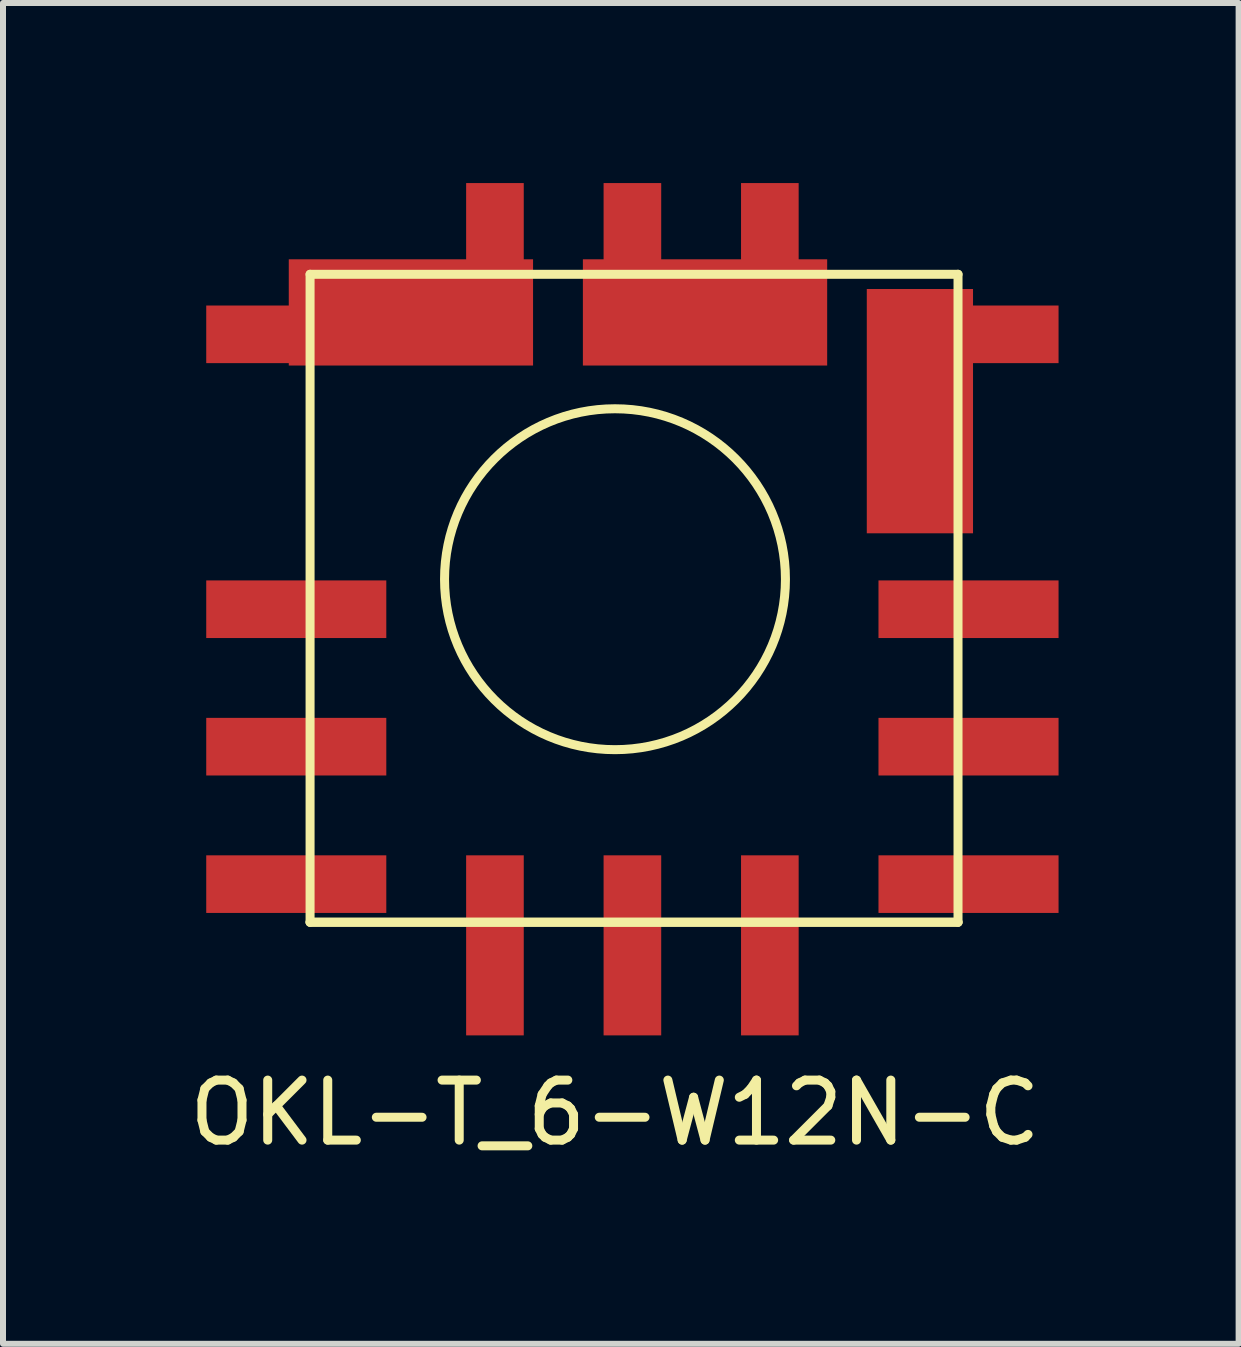
<source format=kicad_pcb>
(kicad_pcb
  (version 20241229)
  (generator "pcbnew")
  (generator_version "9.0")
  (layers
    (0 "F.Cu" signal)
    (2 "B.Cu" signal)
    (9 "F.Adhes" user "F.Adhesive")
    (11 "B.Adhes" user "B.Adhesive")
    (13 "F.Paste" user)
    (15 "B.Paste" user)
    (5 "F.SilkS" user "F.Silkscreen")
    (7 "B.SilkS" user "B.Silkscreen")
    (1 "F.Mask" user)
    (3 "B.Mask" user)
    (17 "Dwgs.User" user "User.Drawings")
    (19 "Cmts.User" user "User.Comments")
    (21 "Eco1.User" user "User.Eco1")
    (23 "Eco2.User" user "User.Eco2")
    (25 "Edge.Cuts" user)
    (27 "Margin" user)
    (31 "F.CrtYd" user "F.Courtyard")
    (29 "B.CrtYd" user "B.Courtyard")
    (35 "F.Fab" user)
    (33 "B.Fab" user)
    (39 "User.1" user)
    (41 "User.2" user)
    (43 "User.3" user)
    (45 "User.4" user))
  (footprint "OKL-T_6-W12N-C"
    (layer "F.Cu")
    (at 7.196 6.6)
    (property "Reference" "OKL-T_6-W12N-C" (at 0 8.89 0) (layer "F.SilkS") (effects (font (size 1 1) (thickness 0.15))))
    (attr through_hole)
    (fp_line (start -5.08 -5.08) (end -5.08 5.715) (stroke (width 0.15) (type solid)) (layer "F.SilkS"))
    (fp_line (start -5.08 -5.08) (end 5.715 -5.08) (stroke (width 0.15) (type solid)) (layer "F.SilkS"))
    (fp_line (start -5.08 5.715) (end 5.715 5.715) (stroke (width 0.15) (type solid)) (layer "F.SilkS"))
    (fp_line (start 5.715 5.715) (end -5.08 5.715) (stroke (width 0.15) (type solid)) (layer "F.SilkS"))
    (fp_line (start 5.715 5.715) (end 5.715 -5.08) (stroke (width 0.15) (type solid)) (layer "F.SilkS"))
    (fp_circle (center 0 0) (end 1.27 2.54) (stroke (width 0.15) (type solid)) (fill no) (layer "F.SilkS"))
    (pad "1" smd trapezoid (at -5.31 0.5) (size 3 0.96) (layers "F.Cu" "F.Mask" "F.Paste"))
    (pad "2" smd trapezoid (at -5.31 -4.08) (size 3 0.96) (layers "F.Cu" "F.Mask" "F.Paste"))
    (pad "2" smd rect (at -3.4 -4.445) (size 4.07 1.77) (layers "F.Cu" "F.Mask" "F.Paste"))
    (pad "2" smd trapezoid (at -2 -5.1) (size 0.96 3) (layers "F.Cu" "F.Mask" "F.Paste"))
    (pad "3" smd trapezoid (at 0.29 -5.1) (size 0.96 3) (layers "F.Cu" "F.Mask" "F.Paste"))
    (pad "3" smd rect (at 1.5 -4.445) (size 4.07 1.77) (layers "F.Cu" "F.Mask" "F.Paste"))
    (pad "3" smd trapezoid (at 2.58 -5.1) (size 0.96 3) (layers "F.Cu" "F.Mask" "F.Paste"))
    (pad "4" smd rect (at 5.08 -2.8 90) (size 4.07 1.77) (layers "F.Cu" "F.Mask" "F.Paste"))
    (pad "4" smd trapezoid (at 5.89 -4.08) (size 3 0.96) (layers "F.Cu" "F.Mask" "F.Paste"))
    (pad "5" smd trapezoid (at 5.89 0.5) (size 3 0.96) (layers "F.Cu" "F.Mask" "F.Paste"))
    (pad "6" smd trapezoid (at 5.89 5.08) (size 3 0.96) (layers "F.Cu" "F.Mask" "F.Paste"))
    (pad "7" smd trapezoid (at 0.29 6.1) (size 0.96 3) (layers "F.Cu" "F.Mask" "F.Paste"))
    (pad "8" smd trapezoid (at -2 6.1) (size 0.96 3) (layers "F.Cu" "F.Mask" "F.Paste"))
    (pad "9" smd trapezoid (at -5.31 5.08) (size 3 0.96) (layers "F.Cu" "F.Mask" "F.Paste"))
    (pad "10" smd trapezoid (at -5.31 2.79) (size 3 0.96) (layers "F.Cu" "F.Mask" "F.Paste"))
    (pad "11" smd trapezoid (at 5.89 2.79) (size 3 0.96) (layers "F.Cu" "F.Mask" "F.Paste"))
    (pad "12" smd trapezoid (at 2.58 6.1) (size 0.96 3) (layers "F.Cu" "F.Mask" "F.Paste")))
  (gr_rect
    (start -3 -3)
    (end 17.586 19.338)
    (stroke (width 0.1) (type default))
    (fill no)
    (layer "Edge.Cuts")))
</source>
